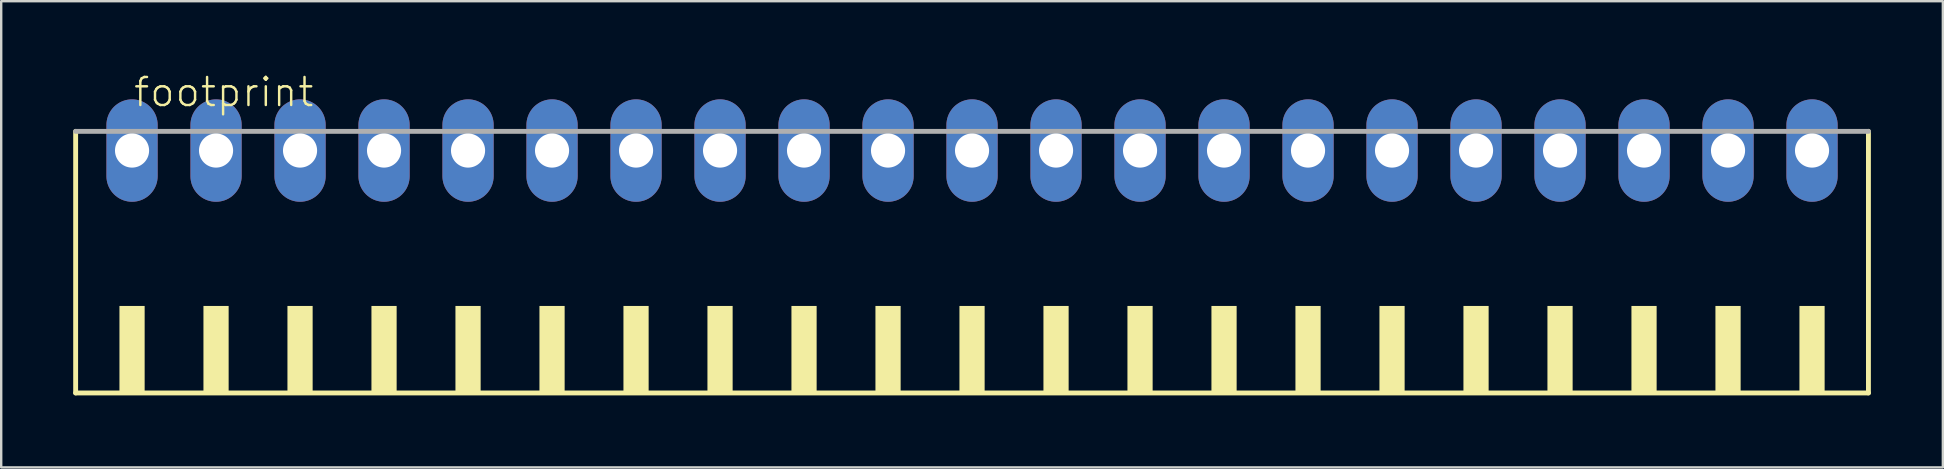
<source format=kicad_pcb>
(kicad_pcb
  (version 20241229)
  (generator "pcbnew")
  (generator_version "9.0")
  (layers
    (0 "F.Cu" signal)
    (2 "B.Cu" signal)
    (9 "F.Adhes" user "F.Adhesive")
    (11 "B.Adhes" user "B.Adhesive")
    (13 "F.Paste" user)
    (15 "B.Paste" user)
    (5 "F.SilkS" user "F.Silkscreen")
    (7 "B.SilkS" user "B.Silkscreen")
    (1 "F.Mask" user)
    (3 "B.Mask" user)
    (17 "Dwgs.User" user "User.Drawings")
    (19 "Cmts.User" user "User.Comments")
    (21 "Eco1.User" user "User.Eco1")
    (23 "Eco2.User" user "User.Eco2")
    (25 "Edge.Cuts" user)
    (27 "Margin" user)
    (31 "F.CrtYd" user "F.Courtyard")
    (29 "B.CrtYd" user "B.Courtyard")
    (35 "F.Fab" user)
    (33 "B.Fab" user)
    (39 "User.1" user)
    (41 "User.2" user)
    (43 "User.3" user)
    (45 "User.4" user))
  (footprint "footprint"
    (layer "F.Cu")
    (at 37.452 8.473)
    (property "Reference" "footprint" (at -35 -7 0) (layer "F.SilkS") (effects (font (size 1.168 1.168) (thickness 0.102)) (justify left bottom)))
    (fp_line (start -37.35 -6.05) (end -37.35 4.85) (stroke (width 0.203) (type solid)) (layer "F.SilkS"))
    (fp_line (start -37.35 4.85) (end 37.35 4.85) (stroke (width 0.203) (type solid)) (layer "F.SilkS"))
    (fp_line (start 37.35 4.85) (end 37.35 -6.05) (stroke (width 0.203) (type solid)) (layer "F.SilkS"))
    (fp_poly (pts (xy -35.525 4.9) (xy -34.475 4.9) (xy -34.475 1.225) (xy -35.525 1.225)) (stroke (width 0) (type solid)) (fill yes) (layer "F.SilkS"))
    (fp_poly (pts (xy -32.025 4.9) (xy -30.975 4.9) (xy -30.975 1.225) (xy -32.025 1.225)) (stroke (width 0) (type solid)) (fill yes) (layer "F.SilkS"))
    (fp_poly (pts (xy -28.525 4.9) (xy -27.475 4.9) (xy -27.475 1.225) (xy -28.525 1.225)) (stroke (width 0) (type solid)) (fill yes) (layer "F.SilkS"))
    (fp_poly (pts (xy -25.025 4.9) (xy -23.975 4.9) (xy -23.975 1.225) (xy -25.025 1.225)) (stroke (width 0) (type solid)) (fill yes) (layer "F.SilkS"))
    (fp_poly (pts (xy -21.525 4.9) (xy -20.475 4.9) (xy -20.475 1.225) (xy -21.525 1.225)) (stroke (width 0) (type solid)) (fill yes) (layer "F.SilkS"))
    (fp_poly (pts (xy -18.025 4.9) (xy -16.975 4.9) (xy -16.975 1.225) (xy -18.025 1.225)) (stroke (width 0) (type solid)) (fill yes) (layer "F.SilkS"))
    (fp_poly (pts (xy -14.525 4.9) (xy -13.475 4.9) (xy -13.475 1.225) (xy -14.525 1.225)) (stroke (width 0) (type solid)) (fill yes) (layer "F.SilkS"))
    (fp_poly (pts (xy -11.025 4.9) (xy -9.975 4.9) (xy -9.975 1.225) (xy -11.025 1.225)) (stroke (width 0) (type solid)) (fill yes) (layer "F.SilkS"))
    (fp_poly (pts (xy -7.525 4.9) (xy -6.475 4.9) (xy -6.475 1.225) (xy -7.525 1.225)) (stroke (width 0) (type solid)) (fill yes) (layer "F.SilkS"))
    (fp_poly (pts (xy -4.025 4.9) (xy -2.975 4.9) (xy -2.975 1.225) (xy -4.025 1.225)) (stroke (width 0) (type solid)) (fill yes) (layer "F.SilkS"))
    (fp_poly (pts (xy -0.525 4.9) (xy 0.525 4.9) (xy 0.525 1.225) (xy -0.525 1.225)) (stroke (width 0) (type solid)) (fill yes) (layer "F.SilkS"))
    (fp_poly (pts (xy 2.975 4.9) (xy 4.025 4.9) (xy 4.025 1.225) (xy 2.975 1.225)) (stroke (width 0) (type solid)) (fill yes) (layer "F.SilkS"))
    (fp_poly (pts (xy 6.475 4.9) (xy 7.525 4.9) (xy 7.525 1.225) (xy 6.475 1.225)) (stroke (width 0) (type solid)) (fill yes) (layer "F.SilkS"))
    (fp_poly (pts (xy 9.975 4.9) (xy 11.025 4.9) (xy 11.025 1.225) (xy 9.975 1.225)) (stroke (width 0) (type solid)) (fill yes) (layer "F.SilkS"))
    (fp_poly (pts (xy 13.475 4.9) (xy 14.525 4.9) (xy 14.525 1.225) (xy 13.475 1.225)) (stroke (width 0) (type solid)) (fill yes) (layer "F.SilkS"))
    (fp_poly (pts (xy 16.975 4.9) (xy 18.025 4.9) (xy 18.025 1.225) (xy 16.975 1.225)) (stroke (width 0) (type solid)) (fill yes) (layer "F.SilkS"))
    (fp_poly (pts (xy 20.475 4.9) (xy 21.525 4.9) (xy 21.525 1.225) (xy 20.475 1.225)) (stroke (width 0) (type solid)) (fill yes) (layer "F.SilkS"))
    (fp_poly (pts (xy 23.975 4.9) (xy 25.025 4.9) (xy 25.025 1.225) (xy 23.975 1.225)) (stroke (width 0) (type solid)) (fill yes) (layer "F.SilkS"))
    (fp_poly (pts (xy 27.475 4.9) (xy 28.525 4.9) (xy 28.525 1.225) (xy 27.475 1.225)) (stroke (width 0) (type solid)) (fill yes) (layer "F.SilkS"))
    (fp_poly (pts (xy 30.975 4.9) (xy 32.025 4.9) (xy 32.025 1.225) (xy 30.975 1.225)) (stroke (width 0) (type solid)) (fill yes) (layer "F.SilkS"))
    (fp_poly (pts (xy 34.475 4.9) (xy 35.525 4.9) (xy 35.525 1.225) (xy 34.475 1.225)) (stroke (width 0) (type solid)) (fill yes) (layer "F.SilkS"))
    (fp_line (start 37.35 -6.05) (end -37.35 -6.05) (stroke (width 0.203) (type solid)) (layer "F.Fab"))
    (pad "1" thru_hole oval (at -35 -5.25 90) (size 4.267 2.134) (drill 1.422) (layers "*.Cu" "*.Mask"))
    (pad "2" thru_hole oval (at -31.5 -5.25 90) (size 4.267 2.134) (drill 1.422) (layers "*.Cu" "*.Mask"))
    (pad "3" thru_hole oval (at -28 -5.25 90) (size 4.267 2.134) (drill 1.422) (layers "*.Cu" "*.Mask"))
    (pad "4" thru_hole oval (at -24.5 -5.25 90) (size 4.267 2.134) (drill 1.422) (layers "*.Cu" "*.Mask"))
    (pad "5" thru_hole oval (at -21 -5.25 90) (size 4.267 2.134) (drill 1.422) (layers "*.Cu" "*.Mask"))
    (pad "6" thru_hole oval (at -17.5 -5.25 90) (size 4.267 2.134) (drill 1.422) (layers "*.Cu" "*.Mask"))
    (pad "7" thru_hole oval (at -14 -5.25 90) (size 4.267 2.134) (drill 1.422) (layers "*.Cu" "*.Mask"))
    (pad "8" thru_hole oval (at -10.5 -5.25 90) (size 4.267 2.134) (drill 1.422) (layers "*.Cu" "*.Mask"))
    (pad "9" thru_hole oval (at -7 -5.25 90) (size 4.267 2.134) (drill 1.422) (layers "*.Cu" "*.Mask"))
    (pad "10" thru_hole oval (at -3.5 -5.25 90) (size 4.267 2.134) (drill 1.422) (layers "*.Cu" "*.Mask"))
    (pad "11" thru_hole oval (at 0 -5.25 90) (size 4.267 2.134) (drill 1.422) (layers "*.Cu" "*.Mask"))
    (pad "12" thru_hole oval (at 3.5 -5.25 90) (size 4.267 2.134) (drill 1.422) (layers "*.Cu" "*.Mask"))
    (pad "13" thru_hole oval (at 7 -5.25 90) (size 4.267 2.134) (drill 1.422) (layers "*.Cu" "*.Mask"))
    (pad "14" thru_hole oval (at 10.5 -5.25 90) (size 4.267 2.134) (drill 1.422) (layers "*.Cu" "*.Mask"))
    (pad "15" thru_hole oval (at 14 -5.25 90) (size 4.267 2.134) (drill 1.422) (layers "*.Cu" "*.Mask"))
    (pad "16" thru_hole oval (at 17.5 -5.25 90) (size 4.267 2.134) (drill 1.422) (layers "*.Cu" "*.Mask"))
    (pad "17" thru_hole oval (at 21 -5.25 90) (size 4.267 2.134) (drill 1.422) (layers "*.Cu" "*.Mask"))
    (pad "18" thru_hole oval (at 24.5 -5.25 90) (size 4.267 2.134) (drill 1.422) (layers "*.Cu" "*.Mask"))
    (pad "19" thru_hole oval (at 28 -5.25 90) (size 4.267 2.134) (drill 1.422) (layers "*.Cu" "*.Mask"))
    (pad "20" thru_hole oval (at 31.5 -5.25 90) (size 4.267 2.134) (drill 1.422) (layers "*.Cu" "*.Mask"))
    (pad "21" thru_hole oval (at 35 -5.25 90) (size 4.267 2.134) (drill 1.422) (layers "*.Cu" "*.Mask")))
  (gr_rect
    (start -3 -3)
    (end 77.903 16.425)
    (stroke (width 0.1) (type default))
    (fill no)
    (layer "Edge.Cuts")))
</source>
